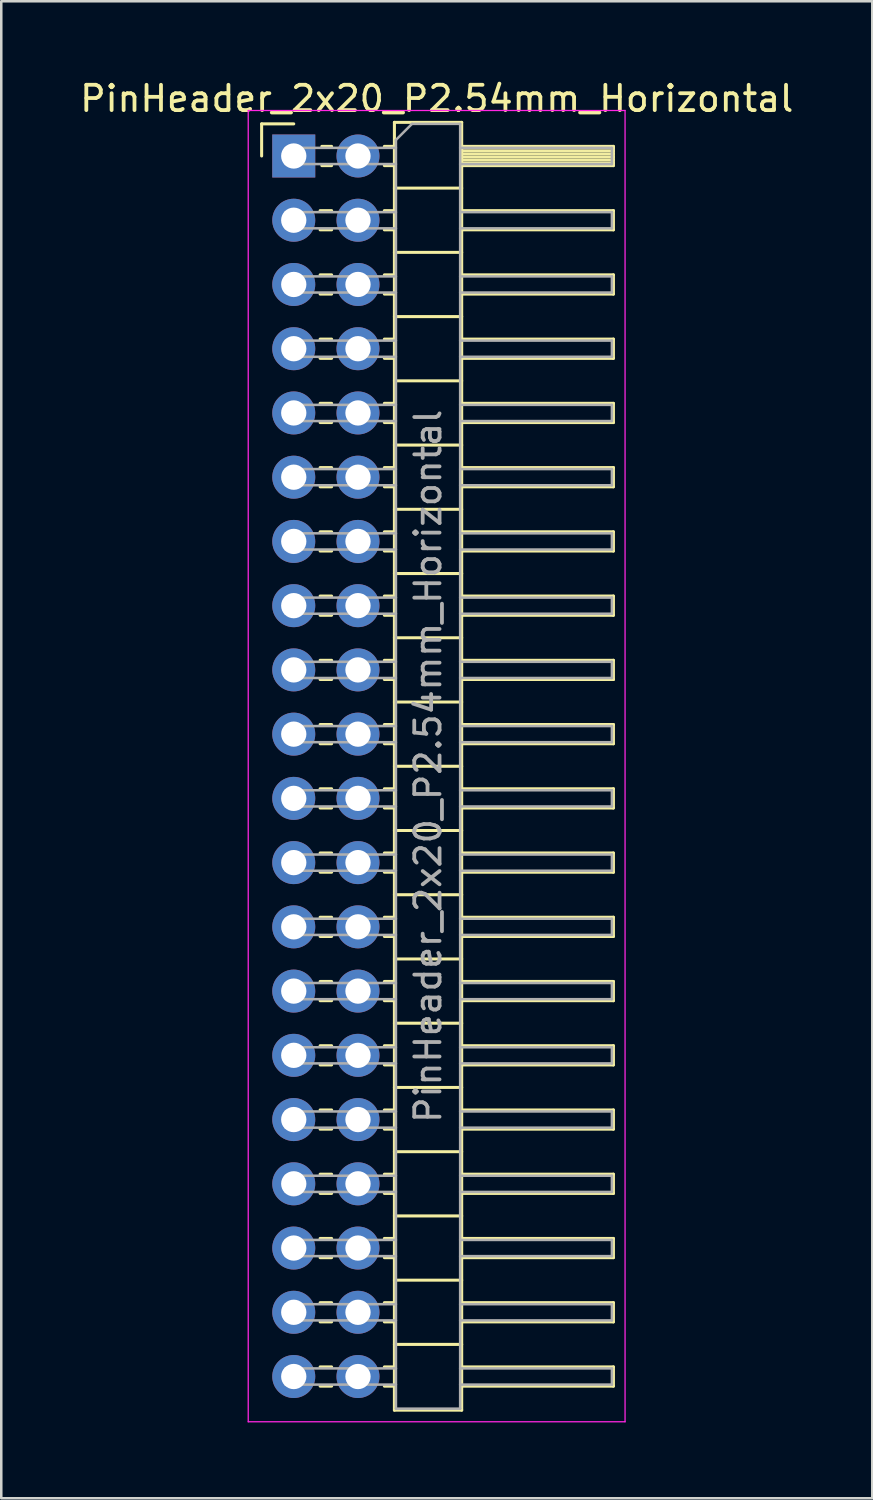
<source format=kicad_pcb>
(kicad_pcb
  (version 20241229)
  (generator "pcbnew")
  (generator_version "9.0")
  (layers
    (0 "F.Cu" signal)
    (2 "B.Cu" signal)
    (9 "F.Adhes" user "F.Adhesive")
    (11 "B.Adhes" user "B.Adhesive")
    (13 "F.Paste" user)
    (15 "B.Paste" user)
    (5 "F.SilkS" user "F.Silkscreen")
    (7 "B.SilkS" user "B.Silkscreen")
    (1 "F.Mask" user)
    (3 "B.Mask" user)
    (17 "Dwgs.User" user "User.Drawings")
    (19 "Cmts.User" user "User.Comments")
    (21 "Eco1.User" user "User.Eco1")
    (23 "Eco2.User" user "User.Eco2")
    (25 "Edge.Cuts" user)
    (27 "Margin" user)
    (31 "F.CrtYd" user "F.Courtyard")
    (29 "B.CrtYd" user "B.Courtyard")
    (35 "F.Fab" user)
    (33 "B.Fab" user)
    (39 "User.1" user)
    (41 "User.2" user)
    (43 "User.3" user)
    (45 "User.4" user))
  (footprint "PinHeader_2x20_P2.54mm_Horizontal"
    (layer "F.Cu")
    (at 8.565 3.118)
    (property "Reference" "PinHeader_2x20_P2.54mm_Horizontal" (at 5.655 -2.27 180) (layer "F.SilkS") (effects (font (size 1 1) (thickness 0.15))))
    (attr through_hole)
    (fp_line (start -1.27 -1.27) (end 0 -1.27) (stroke (width 0.12) (type solid)) (layer "F.SilkS"))
    (fp_line (start -1.27 0) (end -1.27 -1.27) (stroke (width 0.12) (type solid)) (layer "F.SilkS"))
    (fp_line (start 1.043 2.16) (end 1.497 2.16) (stroke (width 0.12) (type solid)) (layer "F.SilkS"))
    (fp_line (start 1.043 2.92) (end 1.497 2.92) (stroke (width 0.12) (type solid)) (layer "F.SilkS"))
    (fp_line (start 1.043 4.7) (end 1.497 4.7) (stroke (width 0.12) (type solid)) (layer "F.SilkS"))
    (fp_line (start 1.043 5.46) (end 1.497 5.46) (stroke (width 0.12) (type solid)) (layer "F.SilkS"))
    (fp_line (start 1.043 7.24) (end 1.497 7.24) (stroke (width 0.12) (type solid)) (layer "F.SilkS"))
    (fp_line (start 1.043 8) (end 1.497 8) (stroke (width 0.12) (type solid)) (layer "F.SilkS"))
    (fp_line (start 1.043 9.78) (end 1.497 9.78) (stroke (width 0.12) (type solid)) (layer "F.SilkS"))
    (fp_line (start 1.043 10.54) (end 1.497 10.54) (stroke (width 0.12) (type solid)) (layer "F.SilkS"))
    (fp_line (start 1.043 12.32) (end 1.497 12.32) (stroke (width 0.12) (type solid)) (layer "F.SilkS"))
    (fp_line (start 1.043 13.08) (end 1.497 13.08) (stroke (width 0.12) (type solid)) (layer "F.SilkS"))
    (fp_line (start 1.043 14.86) (end 1.497 14.86) (stroke (width 0.12) (type solid)) (layer "F.SilkS"))
    (fp_line (start 1.043 15.62) (end 1.497 15.62) (stroke (width 0.12) (type solid)) (layer "F.SilkS"))
    (fp_line (start 1.043 17.4) (end 1.497 17.4) (stroke (width 0.12) (type solid)) (layer "F.SilkS"))
    (fp_line (start 1.043 18.16) (end 1.497 18.16) (stroke (width 0.12) (type solid)) (layer "F.SilkS"))
    (fp_line (start 1.043 19.94) (end 1.497 19.94) (stroke (width 0.12) (type solid)) (layer "F.SilkS"))
    (fp_line (start 1.043 20.7) (end 1.497 20.7) (stroke (width 0.12) (type solid)) (layer "F.SilkS"))
    (fp_line (start 1.043 22.48) (end 1.497 22.48) (stroke (width 0.12) (type solid)) (layer "F.SilkS"))
    (fp_line (start 1.043 23.24) (end 1.497 23.24) (stroke (width 0.12) (type solid)) (layer "F.SilkS"))
    (fp_line (start 1.043 25.02) (end 1.497 25.02) (stroke (width 0.12) (type solid)) (layer "F.SilkS"))
    (fp_line (start 1.043 25.78) (end 1.497 25.78) (stroke (width 0.12) (type solid)) (layer "F.SilkS"))
    (fp_line (start 1.043 27.56) (end 1.497 27.56) (stroke (width 0.12) (type solid)) (layer "F.SilkS"))
    (fp_line (start 1.043 28.32) (end 1.497 28.32) (stroke (width 0.12) (type solid)) (layer "F.SilkS"))
    (fp_line (start 1.043 30.1) (end 1.497 30.1) (stroke (width 0.12) (type solid)) (layer "F.SilkS"))
    (fp_line (start 1.043 30.86) (end 1.497 30.86) (stroke (width 0.12) (type solid)) (layer "F.SilkS"))
    (fp_line (start 1.043 32.64) (end 1.497 32.64) (stroke (width 0.12) (type solid)) (layer "F.SilkS"))
    (fp_line (start 1.043 33.4) (end 1.497 33.4) (stroke (width 0.12) (type solid)) (layer "F.SilkS"))
    (fp_line (start 1.043 35.18) (end 1.497 35.18) (stroke (width 0.12) (type solid)) (layer "F.SilkS"))
    (fp_line (start 1.043 35.94) (end 1.497 35.94) (stroke (width 0.12) (type solid)) (layer "F.SilkS"))
    (fp_line (start 1.043 37.72) (end 1.497 37.72) (stroke (width 0.12) (type solid)) (layer "F.SilkS"))
    (fp_line (start 1.043 38.48) (end 1.497 38.48) (stroke (width 0.12) (type solid)) (layer "F.SilkS"))
    (fp_line (start 1.043 40.26) (end 1.497 40.26) (stroke (width 0.12) (type solid)) (layer "F.SilkS"))
    (fp_line (start 1.043 41.02) (end 1.497 41.02) (stroke (width 0.12) (type solid)) (layer "F.SilkS"))
    (fp_line (start 1.043 42.8) (end 1.497 42.8) (stroke (width 0.12) (type solid)) (layer "F.SilkS"))
    (fp_line (start 1.043 43.56) (end 1.497 43.56) (stroke (width 0.12) (type solid)) (layer "F.SilkS"))
    (fp_line (start 1.043 45.34) (end 1.497 45.34) (stroke (width 0.12) (type solid)) (layer "F.SilkS"))
    (fp_line (start 1.043 46.1) (end 1.497 46.1) (stroke (width 0.12) (type solid)) (layer "F.SilkS"))
    (fp_line (start 1.043 47.88) (end 1.497 47.88) (stroke (width 0.12) (type solid)) (layer "F.SilkS"))
    (fp_line (start 1.043 48.64) (end 1.497 48.64) (stroke (width 0.12) (type solid)) (layer "F.SilkS"))
    (fp_line (start 1.11 -0.38) (end 1.497 -0.38) (stroke (width 0.12) (type solid)) (layer "F.SilkS"))
    (fp_line (start 1.11 0.38) (end 1.497 0.38) (stroke (width 0.12) (type solid)) (layer "F.SilkS"))
    (fp_line (start 3.583 -0.38) (end 3.98 -0.38) (stroke (width 0.12) (type solid)) (layer "F.SilkS"))
    (fp_line (start 3.583 0.38) (end 3.98 0.38) (stroke (width 0.12) (type solid)) (layer "F.SilkS"))
    (fp_line (start 3.583 2.16) (end 3.98 2.16) (stroke (width 0.12) (type solid)) (layer "F.SilkS"))
    (fp_line (start 3.583 2.92) (end 3.98 2.92) (stroke (width 0.12) (type solid)) (layer "F.SilkS"))
    (fp_line (start 3.583 4.7) (end 3.98 4.7) (stroke (width 0.12) (type solid)) (layer "F.SilkS"))
    (fp_line (start 3.583 5.46) (end 3.98 5.46) (stroke (width 0.12) (type solid)) (layer "F.SilkS"))
    (fp_line (start 3.583 7.24) (end 3.98 7.24) (stroke (width 0.12) (type solid)) (layer "F.SilkS"))
    (fp_line (start 3.583 8) (end 3.98 8) (stroke (width 0.12) (type solid)) (layer "F.SilkS"))
    (fp_line (start 3.583 9.78) (end 3.98 9.78) (stroke (width 0.12) (type solid)) (layer "F.SilkS"))
    (fp_line (start 3.583 10.54) (end 3.98 10.54) (stroke (width 0.12) (type solid)) (layer "F.SilkS"))
    (fp_line (start 3.583 12.32) (end 3.98 12.32) (stroke (width 0.12) (type solid)) (layer "F.SilkS"))
    (fp_line (start 3.583 13.08) (end 3.98 13.08) (stroke (width 0.12) (type solid)) (layer "F.SilkS"))
    (fp_line (start 3.583 14.86) (end 3.98 14.86) (stroke (width 0.12) (type solid)) (layer "F.SilkS"))
    (fp_line (start 3.583 15.62) (end 3.98 15.62) (stroke (width 0.12) (type solid)) (layer "F.SilkS"))
    (fp_line (start 3.583 17.4) (end 3.98 17.4) (stroke (width 0.12) (type solid)) (layer "F.SilkS"))
    (fp_line (start 3.583 18.16) (end 3.98 18.16) (stroke (width 0.12) (type solid)) (layer "F.SilkS"))
    (fp_line (start 3.583 19.94) (end 3.98 19.94) (stroke (width 0.12) (type solid)) (layer "F.SilkS"))
    (fp_line (start 3.583 20.7) (end 3.98 20.7) (stroke (width 0.12) (type solid)) (layer "F.SilkS"))
    (fp_line (start 3.583 22.48) (end 3.98 22.48) (stroke (width 0.12) (type solid)) (layer "F.SilkS"))
    (fp_line (start 3.583 23.24) (end 3.98 23.24) (stroke (width 0.12) (type solid)) (layer "F.SilkS"))
    (fp_line (start 3.583 25.02) (end 3.98 25.02) (stroke (width 0.12) (type solid)) (layer "F.SilkS"))
    (fp_line (start 3.583 25.78) (end 3.98 25.78) (stroke (width 0.12) (type solid)) (layer "F.SilkS"))
    (fp_line (start 3.583 27.56) (end 3.98 27.56) (stroke (width 0.12) (type solid)) (layer "F.SilkS"))
    (fp_line (start 3.583 28.32) (end 3.98 28.32) (stroke (width 0.12) (type solid)) (layer "F.SilkS"))
    (fp_line (start 3.583 30.1) (end 3.98 30.1) (stroke (width 0.12) (type solid)) (layer "F.SilkS"))
    (fp_line (start 3.583 30.86) (end 3.98 30.86) (stroke (width 0.12) (type solid)) (layer "F.SilkS"))
    (fp_line (start 3.583 32.64) (end 3.98 32.64) (stroke (width 0.12) (type solid)) (layer "F.SilkS"))
    (fp_line (start 3.583 33.4) (end 3.98 33.4) (stroke (width 0.12) (type solid)) (layer "F.SilkS"))
    (fp_line (start 3.583 35.18) (end 3.98 35.18) (stroke (width 0.12) (type solid)) (layer "F.SilkS"))
    (fp_line (start 3.583 35.94) (end 3.98 35.94) (stroke (width 0.12) (type solid)) (layer "F.SilkS"))
    (fp_line (start 3.583 37.72) (end 3.98 37.72) (stroke (width 0.12) (type solid)) (layer "F.SilkS"))
    (fp_line (start 3.583 38.48) (end 3.98 38.48) (stroke (width 0.12) (type solid)) (layer "F.SilkS"))
    (fp_line (start 3.583 40.26) (end 3.98 40.26) (stroke (width 0.12) (type solid)) (layer "F.SilkS"))
    (fp_line (start 3.583 41.02) (end 3.98 41.02) (stroke (width 0.12) (type solid)) (layer "F.SilkS"))
    (fp_line (start 3.583 42.8) (end 3.98 42.8) (stroke (width 0.12) (type solid)) (layer "F.SilkS"))
    (fp_line (start 3.583 43.56) (end 3.98 43.56) (stroke (width 0.12) (type solid)) (layer "F.SilkS"))
    (fp_line (start 3.583 45.34) (end 3.98 45.34) (stroke (width 0.12) (type solid)) (layer "F.SilkS"))
    (fp_line (start 3.583 46.1) (end 3.98 46.1) (stroke (width 0.12) (type solid)) (layer "F.SilkS"))
    (fp_line (start 3.583 47.88) (end 3.98 47.88) (stroke (width 0.12) (type solid)) (layer "F.SilkS"))
    (fp_line (start 3.583 48.64) (end 3.98 48.64) (stroke (width 0.12) (type solid)) (layer "F.SilkS"))
    (fp_line (start 3.98 -1.33) (end 3.98 49.59) (stroke (width 0.12) (type solid)) (layer "F.SilkS"))
    (fp_line (start 3.98 1.27) (end 6.64 1.27) (stroke (width 0.12) (type solid)) (layer "F.SilkS"))
    (fp_line (start 3.98 3.81) (end 6.64 3.81) (stroke (width 0.12) (type solid)) (layer "F.SilkS"))
    (fp_line (start 3.98 6.35) (end 6.64 6.35) (stroke (width 0.12) (type solid)) (layer "F.SilkS"))
    (fp_line (start 3.98 8.89) (end 6.64 8.89) (stroke (width 0.12) (type solid)) (layer "F.SilkS"))
    (fp_line (start 3.98 11.43) (end 6.64 11.43) (stroke (width 0.12) (type solid)) (layer "F.SilkS"))
    (fp_line (start 3.98 13.97) (end 6.64 13.97) (stroke (width 0.12) (type solid)) (layer "F.SilkS"))
    (fp_line (start 3.98 16.51) (end 6.64 16.51) (stroke (width 0.12) (type solid)) (layer "F.SilkS"))
    (fp_line (start 3.98 19.05) (end 6.64 19.05) (stroke (width 0.12) (type solid)) (layer "F.SilkS"))
    (fp_line (start 3.98 21.59) (end 6.64 21.59) (stroke (width 0.12) (type solid)) (layer "F.SilkS"))
    (fp_line (start 3.98 24.13) (end 6.64 24.13) (stroke (width 0.12) (type solid)) (layer "F.SilkS"))
    (fp_line (start 3.98 26.67) (end 6.64 26.67) (stroke (width 0.12) (type solid)) (layer "F.SilkS"))
    (fp_line (start 3.98 29.21) (end 6.64 29.21) (stroke (width 0.12) (type solid)) (layer "F.SilkS"))
    (fp_line (start 3.98 31.75) (end 6.64 31.75) (stroke (width 0.12) (type solid)) (layer "F.SilkS"))
    (fp_line (start 3.98 34.29) (end 6.64 34.29) (stroke (width 0.12) (type solid)) (layer "F.SilkS"))
    (fp_line (start 3.98 36.83) (end 6.64 36.83) (stroke (width 0.12) (type solid)) (layer "F.SilkS"))
    (fp_line (start 3.98 39.37) (end 6.64 39.37) (stroke (width 0.12) (type solid)) (layer "F.SilkS"))
    (fp_line (start 3.98 41.91) (end 6.64 41.91) (stroke (width 0.12) (type solid)) (layer "F.SilkS"))
    (fp_line (start 3.98 44.45) (end 6.64 44.45) (stroke (width 0.12) (type solid)) (layer "F.SilkS"))
    (fp_line (start 3.98 46.99) (end 6.64 46.99) (stroke (width 0.12) (type solid)) (layer "F.SilkS"))
    (fp_line (start 3.98 49.59) (end 6.64 49.59) (stroke (width 0.12) (type solid)) (layer "F.SilkS"))
    (fp_line (start 6.64 -1.33) (end 3.98 -1.33) (stroke (width 0.12) (type solid)) (layer "F.SilkS"))
    (fp_line (start 6.64 -0.38) (end 12.64 -0.38) (stroke (width 0.12) (type solid)) (layer "F.SilkS"))
    (fp_line (start 6.64 -0.32) (end 12.64 -0.32) (stroke (width 0.12) (type solid)) (layer "F.SilkS"))
    (fp_line (start 6.64 -0.2) (end 12.64 -0.2) (stroke (width 0.12) (type solid)) (layer "F.SilkS"))
    (fp_line (start 6.64 -0.08) (end 12.64 -0.08) (stroke (width 0.12) (type solid)) (layer "F.SilkS"))
    (fp_line (start 6.64 0.04) (end 12.64 0.04) (stroke (width 0.12) (type solid)) (layer "F.SilkS"))
    (fp_line (start 6.64 0.16) (end 12.64 0.16) (stroke (width 0.12) (type solid)) (layer "F.SilkS"))
    (fp_line (start 6.64 0.28) (end 12.64 0.28) (stroke (width 0.12) (type solid)) (layer "F.SilkS"))
    (fp_line (start 6.64 2.16) (end 12.64 2.16) (stroke (width 0.12) (type solid)) (layer "F.SilkS"))
    (fp_line (start 6.64 4.7) (end 12.64 4.7) (stroke (width 0.12) (type solid)) (layer "F.SilkS"))
    (fp_line (start 6.64 7.24) (end 12.64 7.24) (stroke (width 0.12) (type solid)) (layer "F.SilkS"))
    (fp_line (start 6.64 9.78) (end 12.64 9.78) (stroke (width 0.12) (type solid)) (layer "F.SilkS"))
    (fp_line (start 6.64 12.32) (end 12.64 12.32) (stroke (width 0.12) (type solid)) (layer "F.SilkS"))
    (fp_line (start 6.64 14.86) (end 12.64 14.86) (stroke (width 0.12) (type solid)) (layer "F.SilkS"))
    (fp_line (start 6.64 17.4) (end 12.64 17.4) (stroke (width 0.12) (type solid)) (layer "F.SilkS"))
    (fp_line (start 6.64 19.94) (end 12.64 19.94) (stroke (width 0.12) (type solid)) (layer "F.SilkS"))
    (fp_line (start 6.64 22.48) (end 12.64 22.48) (stroke (width 0.12) (type solid)) (layer "F.SilkS"))
    (fp_line (start 6.64 25.02) (end 12.64 25.02) (stroke (width 0.12) (type solid)) (layer "F.SilkS"))
    (fp_line (start 6.64 27.56) (end 12.64 27.56) (stroke (width 0.12) (type solid)) (layer "F.SilkS"))
    (fp_line (start 6.64 30.1) (end 12.64 30.1) (stroke (width 0.12) (type solid)) (layer "F.SilkS"))
    (fp_line (start 6.64 32.64) (end 12.64 32.64) (stroke (width 0.12) (type solid)) (layer "F.SilkS"))
    (fp_line (start 6.64 35.18) (end 12.64 35.18) (stroke (width 0.12) (type solid)) (layer "F.SilkS"))
    (fp_line (start 6.64 37.72) (end 12.64 37.72) (stroke (width 0.12) (type solid)) (layer "F.SilkS"))
    (fp_line (start 6.64 40.26) (end 12.64 40.26) (stroke (width 0.12) (type solid)) (layer "F.SilkS"))
    (fp_line (start 6.64 42.8) (end 12.64 42.8) (stroke (width 0.12) (type solid)) (layer "F.SilkS"))
    (fp_line (start 6.64 45.34) (end 12.64 45.34) (stroke (width 0.12) (type solid)) (layer "F.SilkS"))
    (fp_line (start 6.64 47.88) (end 12.64 47.88) (stroke (width 0.12) (type solid)) (layer "F.SilkS"))
    (fp_line (start 6.64 49.59) (end 6.64 -1.33) (stroke (width 0.12) (type solid)) (layer "F.SilkS"))
    (fp_line (start 12.64 -0.38) (end 12.64 0.38) (stroke (width 0.12) (type solid)) (layer "F.SilkS"))
    (fp_line (start 12.64 0.38) (end 6.64 0.38) (stroke (width 0.12) (type solid)) (layer "F.SilkS"))
    (fp_line (start 12.64 2.16) (end 12.64 2.92) (stroke (width 0.12) (type solid)) (layer "F.SilkS"))
    (fp_line (start 12.64 2.92) (end 6.64 2.92) (stroke (width 0.12) (type solid)) (layer "F.SilkS"))
    (fp_line (start 12.64 4.7) (end 12.64 5.46) (stroke (width 0.12) (type solid)) (layer "F.SilkS"))
    (fp_line (start 12.64 5.46) (end 6.64 5.46) (stroke (width 0.12) (type solid)) (layer "F.SilkS"))
    (fp_line (start 12.64 7.24) (end 12.64 8) (stroke (width 0.12) (type solid)) (layer "F.SilkS"))
    (fp_line (start 12.64 8) (end 6.64 8) (stroke (width 0.12) (type solid)) (layer "F.SilkS"))
    (fp_line (start 12.64 9.78) (end 12.64 10.54) (stroke (width 0.12) (type solid)) (layer "F.SilkS"))
    (fp_line (start 12.64 10.54) (end 6.64 10.54) (stroke (width 0.12) (type solid)) (layer "F.SilkS"))
    (fp_line (start 12.64 12.32) (end 12.64 13.08) (stroke (width 0.12) (type solid)) (layer "F.SilkS"))
    (fp_line (start 12.64 13.08) (end 6.64 13.08) (stroke (width 0.12) (type solid)) (layer "F.SilkS"))
    (fp_line (start 12.64 14.86) (end 12.64 15.62) (stroke (width 0.12) (type solid)) (layer "F.SilkS"))
    (fp_line (start 12.64 15.62) (end 6.64 15.62) (stroke (width 0.12) (type solid)) (layer "F.SilkS"))
    (fp_line (start 12.64 17.4) (end 12.64 18.16) (stroke (width 0.12) (type solid)) (layer "F.SilkS"))
    (fp_line (start 12.64 18.16) (end 6.64 18.16) (stroke (width 0.12) (type solid)) (layer "F.SilkS"))
    (fp_line (start 12.64 19.94) (end 12.64 20.7) (stroke (width 0.12) (type solid)) (layer "F.SilkS"))
    (fp_line (start 12.64 20.7) (end 6.64 20.7) (stroke (width 0.12) (type solid)) (layer "F.SilkS"))
    (fp_line (start 12.64 22.48) (end 12.64 23.24) (stroke (width 0.12) (type solid)) (layer "F.SilkS"))
    (fp_line (start 12.64 23.24) (end 6.64 23.24) (stroke (width 0.12) (type solid)) (layer "F.SilkS"))
    (fp_line (start 12.64 25.02) (end 12.64 25.78) (stroke (width 0.12) (type solid)) (layer "F.SilkS"))
    (fp_line (start 12.64 25.78) (end 6.64 25.78) (stroke (width 0.12) (type solid)) (layer "F.SilkS"))
    (fp_line (start 12.64 27.56) (end 12.64 28.32) (stroke (width 0.12) (type solid)) (layer "F.SilkS"))
    (fp_line (start 12.64 28.32) (end 6.64 28.32) (stroke (width 0.12) (type solid)) (layer "F.SilkS"))
    (fp_line (start 12.64 30.1) (end 12.64 30.86) (stroke (width 0.12) (type solid)) (layer "F.SilkS"))
    (fp_line (start 12.64 30.86) (end 6.64 30.86) (stroke (width 0.12) (type solid)) (layer "F.SilkS"))
    (fp_line (start 12.64 32.64) (end 12.64 33.4) (stroke (width 0.12) (type solid)) (layer "F.SilkS"))
    (fp_line (start 12.64 33.4) (end 6.64 33.4) (stroke (width 0.12) (type solid)) (layer "F.SilkS"))
    (fp_line (start 12.64 35.18) (end 12.64 35.94) (stroke (width 0.12) (type solid)) (layer "F.SilkS"))
    (fp_line (start 12.64 35.94) (end 6.64 35.94) (stroke (width 0.12) (type solid)) (layer "F.SilkS"))
    (fp_line (start 12.64 37.72) (end 12.64 38.48) (stroke (width 0.12) (type solid)) (layer "F.SilkS"))
    (fp_line (start 12.64 38.48) (end 6.64 38.48) (stroke (width 0.12) (type solid)) (layer "F.SilkS"))
    (fp_line (start 12.64 40.26) (end 12.64 41.02) (stroke (width 0.12) (type solid)) (layer "F.SilkS"))
    (fp_line (start 12.64 41.02) (end 6.64 41.02) (stroke (width 0.12) (type solid)) (layer "F.SilkS"))
    (fp_line (start 12.64 42.8) (end 12.64 43.56) (stroke (width 0.12) (type solid)) (layer "F.SilkS"))
    (fp_line (start 12.64 43.56) (end 6.64 43.56) (stroke (width 0.12) (type solid)) (layer "F.SilkS"))
    (fp_line (start 12.64 45.34) (end 12.64 46.1) (stroke (width 0.12) (type solid)) (layer "F.SilkS"))
    (fp_line (start 12.64 46.1) (end 6.64 46.1) (stroke (width 0.12) (type solid)) (layer "F.SilkS"))
    (fp_line (start 12.64 47.88) (end 12.64 48.64) (stroke (width 0.12) (type solid)) (layer "F.SilkS"))
    (fp_line (start 12.64 48.64) (end 6.64 48.64) (stroke (width 0.12) (type solid)) (layer "F.SilkS"))
    (fp_line (start -1.8 -1.8) (end -1.8 50.05) (stroke (width 0.05) (type solid)) (layer "F.CrtYd"))
    (fp_line (start -1.8 50.05) (end 13.1 50.05) (stroke (width 0.05) (type solid)) (layer "F.CrtYd"))
    (fp_line (start 13.1 -1.8) (end -1.8 -1.8) (stroke (width 0.05) (type solid)) (layer "F.CrtYd"))
    (fp_line (start 13.1 50.05) (end 13.1 -1.8) (stroke (width 0.05) (type solid)) (layer "F.CrtYd"))
    (fp_line (start -0.32 -0.32) (end -0.32 0.32) (stroke (width 0.1) (type solid)) (layer "F.Fab"))
    (fp_line (start -0.32 -0.32) (end 4.04 -0.32) (stroke (width 0.1) (type solid)) (layer "F.Fab"))
    (fp_line (start -0.32 0.32) (end 4.04 0.32) (stroke (width 0.1) (type solid)) (layer "F.Fab"))
    (fp_line (start -0.32 2.22) (end -0.32 2.86) (stroke (width 0.1) (type solid)) (layer "F.Fab"))
    (fp_line (start -0.32 2.22) (end 4.04 2.22) (stroke (width 0.1) (type solid)) (layer "F.Fab"))
    (fp_line (start -0.32 2.86) (end 4.04 2.86) (stroke (width 0.1) (type solid)) (layer "F.Fab"))
    (fp_line (start -0.32 4.76) (end -0.32 5.4) (stroke (width 0.1) (type solid)) (layer "F.Fab"))
    (fp_line (start -0.32 4.76) (end 4.04 4.76) (stroke (width 0.1) (type solid)) (layer "F.Fab"))
    (fp_line (start -0.32 5.4) (end 4.04 5.4) (stroke (width 0.1) (type solid)) (layer "F.Fab"))
    (fp_line (start -0.32 7.3) (end -0.32 7.94) (stroke (width 0.1) (type solid)) (layer "F.Fab"))
    (fp_line (start -0.32 7.3) (end 4.04 7.3) (stroke (width 0.1) (type solid)) (layer "F.Fab"))
    (fp_line (start -0.32 7.94) (end 4.04 7.94) (stroke (width 0.1) (type solid)) (layer "F.Fab"))
    (fp_line (start -0.32 9.84) (end -0.32 10.48) (stroke (width 0.1) (type solid)) (layer "F.Fab"))
    (fp_line (start -0.32 9.84) (end 4.04 9.84) (stroke (width 0.1) (type solid)) (layer "F.Fab"))
    (fp_line (start -0.32 10.48) (end 4.04 10.48) (stroke (width 0.1) (type solid)) (layer "F.Fab"))
    (fp_line (start -0.32 12.38) (end -0.32 13.02) (stroke (width 0.1) (type solid)) (layer "F.Fab"))
    (fp_line (start -0.32 12.38) (end 4.04 12.38) (stroke (width 0.1) (type solid)) (layer "F.Fab"))
    (fp_line (start -0.32 13.02) (end 4.04 13.02) (stroke (width 0.1) (type solid)) (layer "F.Fab"))
    (fp_line (start -0.32 14.92) (end -0.32 15.56) (stroke (width 0.1) (type solid)) (layer "F.Fab"))
    (fp_line (start -0.32 14.92) (end 4.04 14.92) (stroke (width 0.1) (type solid)) (layer "F.Fab"))
    (fp_line (start -0.32 15.56) (end 4.04 15.56) (stroke (width 0.1) (type solid)) (layer "F.Fab"))
    (fp_line (start -0.32 17.46) (end -0.32 18.1) (stroke (width 0.1) (type solid)) (layer "F.Fab"))
    (fp_line (start -0.32 17.46) (end 4.04 17.46) (stroke (width 0.1) (type solid)) (layer "F.Fab"))
    (fp_line (start -0.32 18.1) (end 4.04 18.1) (stroke (width 0.1) (type solid)) (layer "F.Fab"))
    (fp_line (start -0.32 20) (end -0.32 20.64) (stroke (width 0.1) (type solid)) (layer "F.Fab"))
    (fp_line (start -0.32 20) (end 4.04 20) (stroke (width 0.1) (type solid)) (layer "F.Fab"))
    (fp_line (start -0.32 20.64) (end 4.04 20.64) (stroke (width 0.1) (type solid)) (layer "F.Fab"))
    (fp_line (start -0.32 22.54) (end -0.32 23.18) (stroke (width 0.1) (type solid)) (layer "F.Fab"))
    (fp_line (start -0.32 22.54) (end 4.04 22.54) (stroke (width 0.1) (type solid)) (layer "F.Fab"))
    (fp_line (start -0.32 23.18) (end 4.04 23.18) (stroke (width 0.1) (type solid)) (layer "F.Fab"))
    (fp_line (start -0.32 25.08) (end -0.32 25.72) (stroke (width 0.1) (type solid)) (layer "F.Fab"))
    (fp_line (start -0.32 25.08) (end 4.04 25.08) (stroke (width 0.1) (type solid)) (layer "F.Fab"))
    (fp_line (start -0.32 25.72) (end 4.04 25.72) (stroke (width 0.1) (type solid)) (layer "F.Fab"))
    (fp_line (start -0.32 27.62) (end -0.32 28.26) (stroke (width 0.1) (type solid)) (layer "F.Fab"))
    (fp_line (start -0.32 27.62) (end 4.04 27.62) (stroke (width 0.1) (type solid)) (layer "F.Fab"))
    (fp_line (start -0.32 28.26) (end 4.04 28.26) (stroke (width 0.1) (type solid)) (layer "F.Fab"))
    (fp_line (start -0.32 30.16) (end -0.32 30.8) (stroke (width 0.1) (type solid)) (layer "F.Fab"))
    (fp_line (start -0.32 30.16) (end 4.04 30.16) (stroke (width 0.1) (type solid)) (layer "F.Fab"))
    (fp_line (start -0.32 30.8) (end 4.04 30.8) (stroke (width 0.1) (type solid)) (layer "F.Fab"))
    (fp_line (start -0.32 32.7) (end -0.32 33.34) (stroke (width 0.1) (type solid)) (layer "F.Fab"))
    (fp_line (start -0.32 32.7) (end 4.04 32.7) (stroke (width 0.1) (type solid)) (layer "F.Fab"))
    (fp_line (start -0.32 33.34) (end 4.04 33.34) (stroke (width 0.1) (type solid)) (layer "F.Fab"))
    (fp_line (start -0.32 35.24) (end -0.32 35.88) (stroke (width 0.1) (type solid)) (layer "F.Fab"))
    (fp_line (start -0.32 35.24) (end 4.04 35.24) (stroke (width 0.1) (type solid)) (layer "F.Fab"))
    (fp_line (start -0.32 35.88) (end 4.04 35.88) (stroke (width 0.1) (type solid)) (layer "F.Fab"))
    (fp_line (start -0.32 37.78) (end -0.32 38.42) (stroke (width 0.1) (type solid)) (layer "F.Fab"))
    (fp_line (start -0.32 37.78) (end 4.04 37.78) (stroke (width 0.1) (type solid)) (layer "F.Fab"))
    (fp_line (start -0.32 38.42) (end 4.04 38.42) (stroke (width 0.1) (type solid)) (layer "F.Fab"))
    (fp_line (start -0.32 40.32) (end -0.32 40.96) (stroke (width 0.1) (type solid)) (layer "F.Fab"))
    (fp_line (start -0.32 40.32) (end 4.04 40.32) (stroke (width 0.1) (type solid)) (layer "F.Fab"))
    (fp_line (start -0.32 40.96) (end 4.04 40.96) (stroke (width 0.1) (type solid)) (layer "F.Fab"))
    (fp_line (start -0.32 42.86) (end -0.32 43.5) (stroke (width 0.1) (type solid)) (layer "F.Fab"))
    (fp_line (start -0.32 42.86) (end 4.04 42.86) (stroke (width 0.1) (type solid)) (layer "F.Fab"))
    (fp_line (start -0.32 43.5) (end 4.04 43.5) (stroke (width 0.1) (type solid)) (layer "F.Fab"))
    (fp_line (start -0.32 45.4) (end -0.32 46.04) (stroke (width 0.1) (type solid)) (layer "F.Fab"))
    (fp_line (start -0.32 45.4) (end 4.04 45.4) (stroke (width 0.1) (type solid)) (layer "F.Fab"))
    (fp_line (start -0.32 46.04) (end 4.04 46.04) (stroke (width 0.1) (type solid)) (layer "F.Fab"))
    (fp_line (start -0.32 47.94) (end -0.32 48.58) (stroke (width 0.1) (type solid)) (layer "F.Fab"))
    (fp_line (start -0.32 47.94) (end 4.04 47.94) (stroke (width 0.1) (type solid)) (layer "F.Fab"))
    (fp_line (start -0.32 48.58) (end 4.04 48.58) (stroke (width 0.1) (type solid)) (layer "F.Fab"))
    (fp_line (start 4.04 -0.635) (end 4.675 -1.27) (stroke (width 0.1) (type solid)) (layer "F.Fab"))
    (fp_line (start 4.04 49.53) (end 4.04 -0.635) (stroke (width 0.1) (type solid)) (layer "F.Fab"))
    (fp_line (start 4.675 -1.27) (end 6.58 -1.27) (stroke (width 0.1) (type solid)) (layer "F.Fab"))
    (fp_line (start 6.58 -1.27) (end 6.58 49.53) (stroke (width 0.1) (type solid)) (layer "F.Fab"))
    (fp_line (start 6.58 -0.32) (end 12.58 -0.32) (stroke (width 0.1) (type solid)) (layer "F.Fab"))
    (fp_line (start 6.58 0.32) (end 12.58 0.32) (stroke (width 0.1) (type solid)) (layer "F.Fab"))
    (fp_line (start 6.58 2.22) (end 12.58 2.22) (stroke (width 0.1) (type solid)) (layer "F.Fab"))
    (fp_line (start 6.58 2.86) (end 12.58 2.86) (stroke (width 0.1) (type solid)) (layer "F.Fab"))
    (fp_line (start 6.58 4.76) (end 12.58 4.76) (stroke (width 0.1) (type solid)) (layer "F.Fab"))
    (fp_line (start 6.58 5.4) (end 12.58 5.4) (stroke (width 0.1) (type solid)) (layer "F.Fab"))
    (fp_line (start 6.58 7.3) (end 12.58 7.3) (stroke (width 0.1) (type solid)) (layer "F.Fab"))
    (fp_line (start 6.58 7.94) (end 12.58 7.94) (stroke (width 0.1) (type solid)) (layer "F.Fab"))
    (fp_line (start 6.58 9.84) (end 12.58 9.84) (stroke (width 0.1) (type solid)) (layer "F.Fab"))
    (fp_line (start 6.58 10.48) (end 12.58 10.48) (stroke (width 0.1) (type solid)) (layer "F.Fab"))
    (fp_line (start 6.58 12.38) (end 12.58 12.38) (stroke (width 0.1) (type solid)) (layer "F.Fab"))
    (fp_line (start 6.58 13.02) (end 12.58 13.02) (stroke (width 0.1) (type solid)) (layer "F.Fab"))
    (fp_line (start 6.58 14.92) (end 12.58 14.92) (stroke (width 0.1) (type solid)) (layer "F.Fab"))
    (fp_line (start 6.58 15.56) (end 12.58 15.56) (stroke (width 0.1) (type solid)) (layer "F.Fab"))
    (fp_line (start 6.58 17.46) (end 12.58 17.46) (stroke (width 0.1) (type solid)) (layer "F.Fab"))
    (fp_line (start 6.58 18.1) (end 12.58 18.1) (stroke (width 0.1) (type solid)) (layer "F.Fab"))
    (fp_line (start 6.58 20) (end 12.58 20) (stroke (width 0.1) (type solid)) (layer "F.Fab"))
    (fp_line (start 6.58 20.64) (end 12.58 20.64) (stroke (width 0.1) (type solid)) (layer "F.Fab"))
    (fp_line (start 6.58 22.54) (end 12.58 22.54) (stroke (width 0.1) (type solid)) (layer "F.Fab"))
    (fp_line (start 6.58 23.18) (end 12.58 23.18) (stroke (width 0.1) (type solid)) (layer "F.Fab"))
    (fp_line (start 6.58 25.08) (end 12.58 25.08) (stroke (width 0.1) (type solid)) (layer "F.Fab"))
    (fp_line (start 6.58 25.72) (end 12.58 25.72) (stroke (width 0.1) (type solid)) (layer "F.Fab"))
    (fp_line (start 6.58 27.62) (end 12.58 27.62) (stroke (width 0.1) (type solid)) (layer "F.Fab"))
    (fp_line (start 6.58 28.26) (end 12.58 28.26) (stroke (width 0.1) (type solid)) (layer "F.Fab"))
    (fp_line (start 6.58 30.16) (end 12.58 30.16) (stroke (width 0.1) (type solid)) (layer "F.Fab"))
    (fp_line (start 6.58 30.8) (end 12.58 30.8) (stroke (width 0.1) (type solid)) (layer "F.Fab"))
    (fp_line (start 6.58 32.7) (end 12.58 32.7) (stroke (width 0.1) (type solid)) (layer "F.Fab"))
    (fp_line (start 6.58 33.34) (end 12.58 33.34) (stroke (width 0.1) (type solid)) (layer "F.Fab"))
    (fp_line (start 6.58 35.24) (end 12.58 35.24) (stroke (width 0.1) (type solid)) (layer "F.Fab"))
    (fp_line (start 6.58 35.88) (end 12.58 35.88) (stroke (width 0.1) (type solid)) (layer "F.Fab"))
    (fp_line (start 6.58 37.78) (end 12.58 37.78) (stroke (width 0.1) (type solid)) (layer "F.Fab"))
    (fp_line (start 6.58 38.42) (end 12.58 38.42) (stroke (width 0.1) (type solid)) (layer "F.Fab"))
    (fp_line (start 6.58 40.32) (end 12.58 40.32) (stroke (width 0.1) (type solid)) (layer "F.Fab"))
    (fp_line (start 6.58 40.96) (end 12.58 40.96) (stroke (width 0.1) (type solid)) (layer "F.Fab"))
    (fp_line (start 6.58 42.86) (end 12.58 42.86) (stroke (width 0.1) (type solid)) (layer "F.Fab"))
    (fp_line (start 6.58 43.5) (end 12.58 43.5) (stroke (width 0.1) (type solid)) (layer "F.Fab"))
    (fp_line (start 6.58 45.4) (end 12.58 45.4) (stroke (width 0.1) (type solid)) (layer "F.Fab"))
    (fp_line (start 6.58 46.04) (end 12.58 46.04) (stroke (width 0.1) (type solid)) (layer "F.Fab"))
    (fp_line (start 6.58 47.94) (end 12.58 47.94) (stroke (width 0.1) (type solid)) (layer "F.Fab"))
    (fp_line (start 6.58 48.58) (end 12.58 48.58) (stroke (width 0.1) (type solid)) (layer "F.Fab"))
    (fp_line (start 6.58 49.53) (end 4.04 49.53) (stroke (width 0.1) (type solid)) (layer "F.Fab"))
    (fp_line (start 12.58 -0.32) (end 12.58 0.32) (stroke (width 0.1) (type solid)) (layer "F.Fab"))
    (fp_line (start 12.58 2.22) (end 12.58 2.86) (stroke (width 0.1) (type solid)) (layer "F.Fab"))
    (fp_line (start 12.58 4.76) (end 12.58 5.4) (stroke (width 0.1) (type solid)) (layer "F.Fab"))
    (fp_line (start 12.58 7.3) (end 12.58 7.94) (stroke (width 0.1) (type solid)) (layer "F.Fab"))
    (fp_line (start 12.58 9.84) (end 12.58 10.48) (stroke (width 0.1) (type solid)) (layer "F.Fab"))
    (fp_line (start 12.58 12.38) (end 12.58 13.02) (stroke (width 0.1) (type solid)) (layer "F.Fab"))
    (fp_line (start 12.58 14.92) (end 12.58 15.56) (stroke (width 0.1) (type solid)) (layer "F.Fab"))
    (fp_line (start 12.58 17.46) (end 12.58 18.1) (stroke (width 0.1) (type solid)) (layer "F.Fab"))
    (fp_line (start 12.58 20) (end 12.58 20.64) (stroke (width 0.1) (type solid)) (layer "F.Fab"))
    (fp_line (start 12.58 22.54) (end 12.58 23.18) (stroke (width 0.1) (type solid)) (layer "F.Fab"))
    (fp_line (start 12.58 25.08) (end 12.58 25.72) (stroke (width 0.1) (type solid)) (layer "F.Fab"))
    (fp_line (start 12.58 27.62) (end 12.58 28.26) (stroke (width 0.1) (type solid)) (layer "F.Fab"))
    (fp_line (start 12.58 30.16) (end 12.58 30.8) (stroke (width 0.1) (type solid)) (layer "F.Fab"))
    (fp_line (start 12.58 32.7) (end 12.58 33.34) (stroke (width 0.1) (type solid)) (layer "F.Fab"))
    (fp_line (start 12.58 35.24) (end 12.58 35.88) (stroke (width 0.1) (type solid)) (layer "F.Fab"))
    (fp_line (start 12.58 37.78) (end 12.58 38.42) (stroke (width 0.1) (type solid)) (layer "F.Fab"))
    (fp_line (start 12.58 40.32) (end 12.58 40.96) (stroke (width 0.1) (type solid)) (layer "F.Fab"))
    (fp_line (start 12.58 42.86) (end 12.58 43.5) (stroke (width 0.1) (type solid)) (layer "F.Fab"))
    (fp_line (start 12.58 45.4) (end 12.58 46.04) (stroke (width 0.1) (type solid)) (layer "F.Fab"))
    (fp_line (start 12.58 47.94) (end 12.58 48.58) (stroke (width 0.1) (type solid)) (layer "F.Fab"))
    (fp_text user "${REFERENCE}" (at 5.31 24.13 90) (layer "F.Fab") (effects (font (size 1 1) (thickness 0.15))))
    (pad "1" thru_hole rect (at 0 0) (size 1.7 1.7) (drill 1) (layers "*.Cu" "*.Mask"))
    (pad "2" thru_hole oval (at 2.54 0) (size 1.7 1.7) (drill 1) (layers "*.Cu" "*.Mask"))
    (pad "3" thru_hole oval (at 0 2.54) (size 1.7 1.7) (drill 1) (layers "*.Cu" "*.Mask"))
    (pad "4" thru_hole oval (at 2.54 2.54) (size 1.7 1.7) (drill 1) (layers "*.Cu" "*.Mask"))
    (pad "5" thru_hole oval (at 0 5.08) (size 1.7 1.7) (drill 1) (layers "*.Cu" "*.Mask"))
    (pad "6" thru_hole oval (at 2.54 5.08) (size 1.7 1.7) (drill 1) (layers "*.Cu" "*.Mask"))
    (pad "7" thru_hole oval (at 0 7.62) (size 1.7 1.7) (drill 1) (layers "*.Cu" "*.Mask"))
    (pad "8" thru_hole oval (at 2.54 7.62) (size 1.7 1.7) (drill 1) (layers "*.Cu" "*.Mask"))
    (pad "9" thru_hole oval (at 0 10.16) (size 1.7 1.7) (drill 1) (layers "*.Cu" "*.Mask"))
    (pad "10" thru_hole oval (at 2.54 10.16) (size 1.7 1.7) (drill 1) (layers "*.Cu" "*.Mask"))
    (pad "11" thru_hole oval (at 0 12.7) (size 1.7 1.7) (drill 1) (layers "*.Cu" "*.Mask"))
    (pad "12" thru_hole oval (at 2.54 12.7) (size 1.7 1.7) (drill 1) (layers "*.Cu" "*.Mask"))
    (pad "13" thru_hole oval (at 0 15.24) (size 1.7 1.7) (drill 1) (layers "*.Cu" "*.Mask"))
    (pad "14" thru_hole oval (at 2.54 15.24) (size 1.7 1.7) (drill 1) (layers "*.Cu" "*.Mask"))
    (pad "15" thru_hole oval (at 0 17.78) (size 1.7 1.7) (drill 1) (layers "*.Cu" "*.Mask"))
    (pad "16" thru_hole oval (at 2.54 17.78) (size 1.7 1.7) (drill 1) (layers "*.Cu" "*.Mask"))
    (pad "17" thru_hole oval (at 0 20.32) (size 1.7 1.7) (drill 1) (layers "*.Cu" "*.Mask"))
    (pad "18" thru_hole oval (at 2.54 20.32) (size 1.7 1.7) (drill 1) (layers "*.Cu" "*.Mask"))
    (pad "19" thru_hole oval (at 0 22.86) (size 1.7 1.7) (drill 1) (layers "*.Cu" "*.Mask"))
    (pad "20" thru_hole oval (at 2.54 22.86) (size 1.7 1.7) (drill 1) (layers "*.Cu" "*.Mask"))
    (pad "21" thru_hole oval (at 0 25.4) (size 1.7 1.7) (drill 1) (layers "*.Cu" "*.Mask"))
    (pad "22" thru_hole oval (at 2.54 25.4) (size 1.7 1.7) (drill 1) (layers "*.Cu" "*.Mask"))
    (pad "23" thru_hole oval (at 0 27.94) (size 1.7 1.7) (drill 1) (layers "*.Cu" "*.Mask"))
    (pad "24" thru_hole oval (at 2.54 27.94) (size 1.7 1.7) (drill 1) (layers "*.Cu" "*.Mask"))
    (pad "25" thru_hole oval (at 0 30.48) (size 1.7 1.7) (drill 1) (layers "*.Cu" "*.Mask"))
    (pad "26" thru_hole oval (at 2.54 30.48) (size 1.7 1.7) (drill 1) (layers "*.Cu" "*.Mask"))
    (pad "27" thru_hole oval (at 0 33.02) (size 1.7 1.7) (drill 1) (layers "*.Cu" "*.Mask"))
    (pad "28" thru_hole oval (at 2.54 33.02) (size 1.7 1.7) (drill 1) (layers "*.Cu" "*.Mask"))
    (pad "29" thru_hole oval (at 0 35.56) (size 1.7 1.7) (drill 1) (layers "*.Cu" "*.Mask"))
    (pad "30" thru_hole oval (at 2.54 35.56) (size 1.7 1.7) (drill 1) (layers "*.Cu" "*.Mask"))
    (pad "31" thru_hole oval (at 0 38.1) (size 1.7 1.7) (drill 1) (layers "*.Cu" "*.Mask"))
    (pad "32" thru_hole oval (at 2.54 38.1) (size 1.7 1.7) (drill 1) (layers "*.Cu" "*.Mask"))
    (pad "33" thru_hole oval (at 0 40.64) (size 1.7 1.7) (drill 1) (layers "*.Cu" "*.Mask"))
    (pad "34" thru_hole oval (at 2.54 40.64) (size 1.7 1.7) (drill 1) (layers "*.Cu" "*.Mask"))
    (pad "35" thru_hole oval (at 0 43.18) (size 1.7 1.7) (drill 1) (layers "*.Cu" "*.Mask"))
    (pad "36" thru_hole oval (at 2.54 43.18) (size 1.7 1.7) (drill 1) (layers "*.Cu" "*.Mask"))
    (pad "37" thru_hole oval (at 0 45.72) (size 1.7 1.7) (drill 1) (layers "*.Cu" "*.Mask"))
    (pad "38" thru_hole oval (at 2.54 45.72) (size 1.7 1.7) (drill 1) (layers "*.Cu" "*.Mask"))
    (pad "39" thru_hole oval (at 0 48.26) (size 1.7 1.7) (drill 1) (layers "*.Cu" "*.Mask"))
    (pad "40" thru_hole oval (at 2.54 48.26) (size 1.7 1.7) (drill 1) (layers "*.Cu" "*.Mask")))
  (gr_rect
    (start -3 -3)
    (end 31.44 56.193)
    (stroke (width 0.1) (type default))
    (fill no)
    (layer "Edge.Cuts")))
</source>
